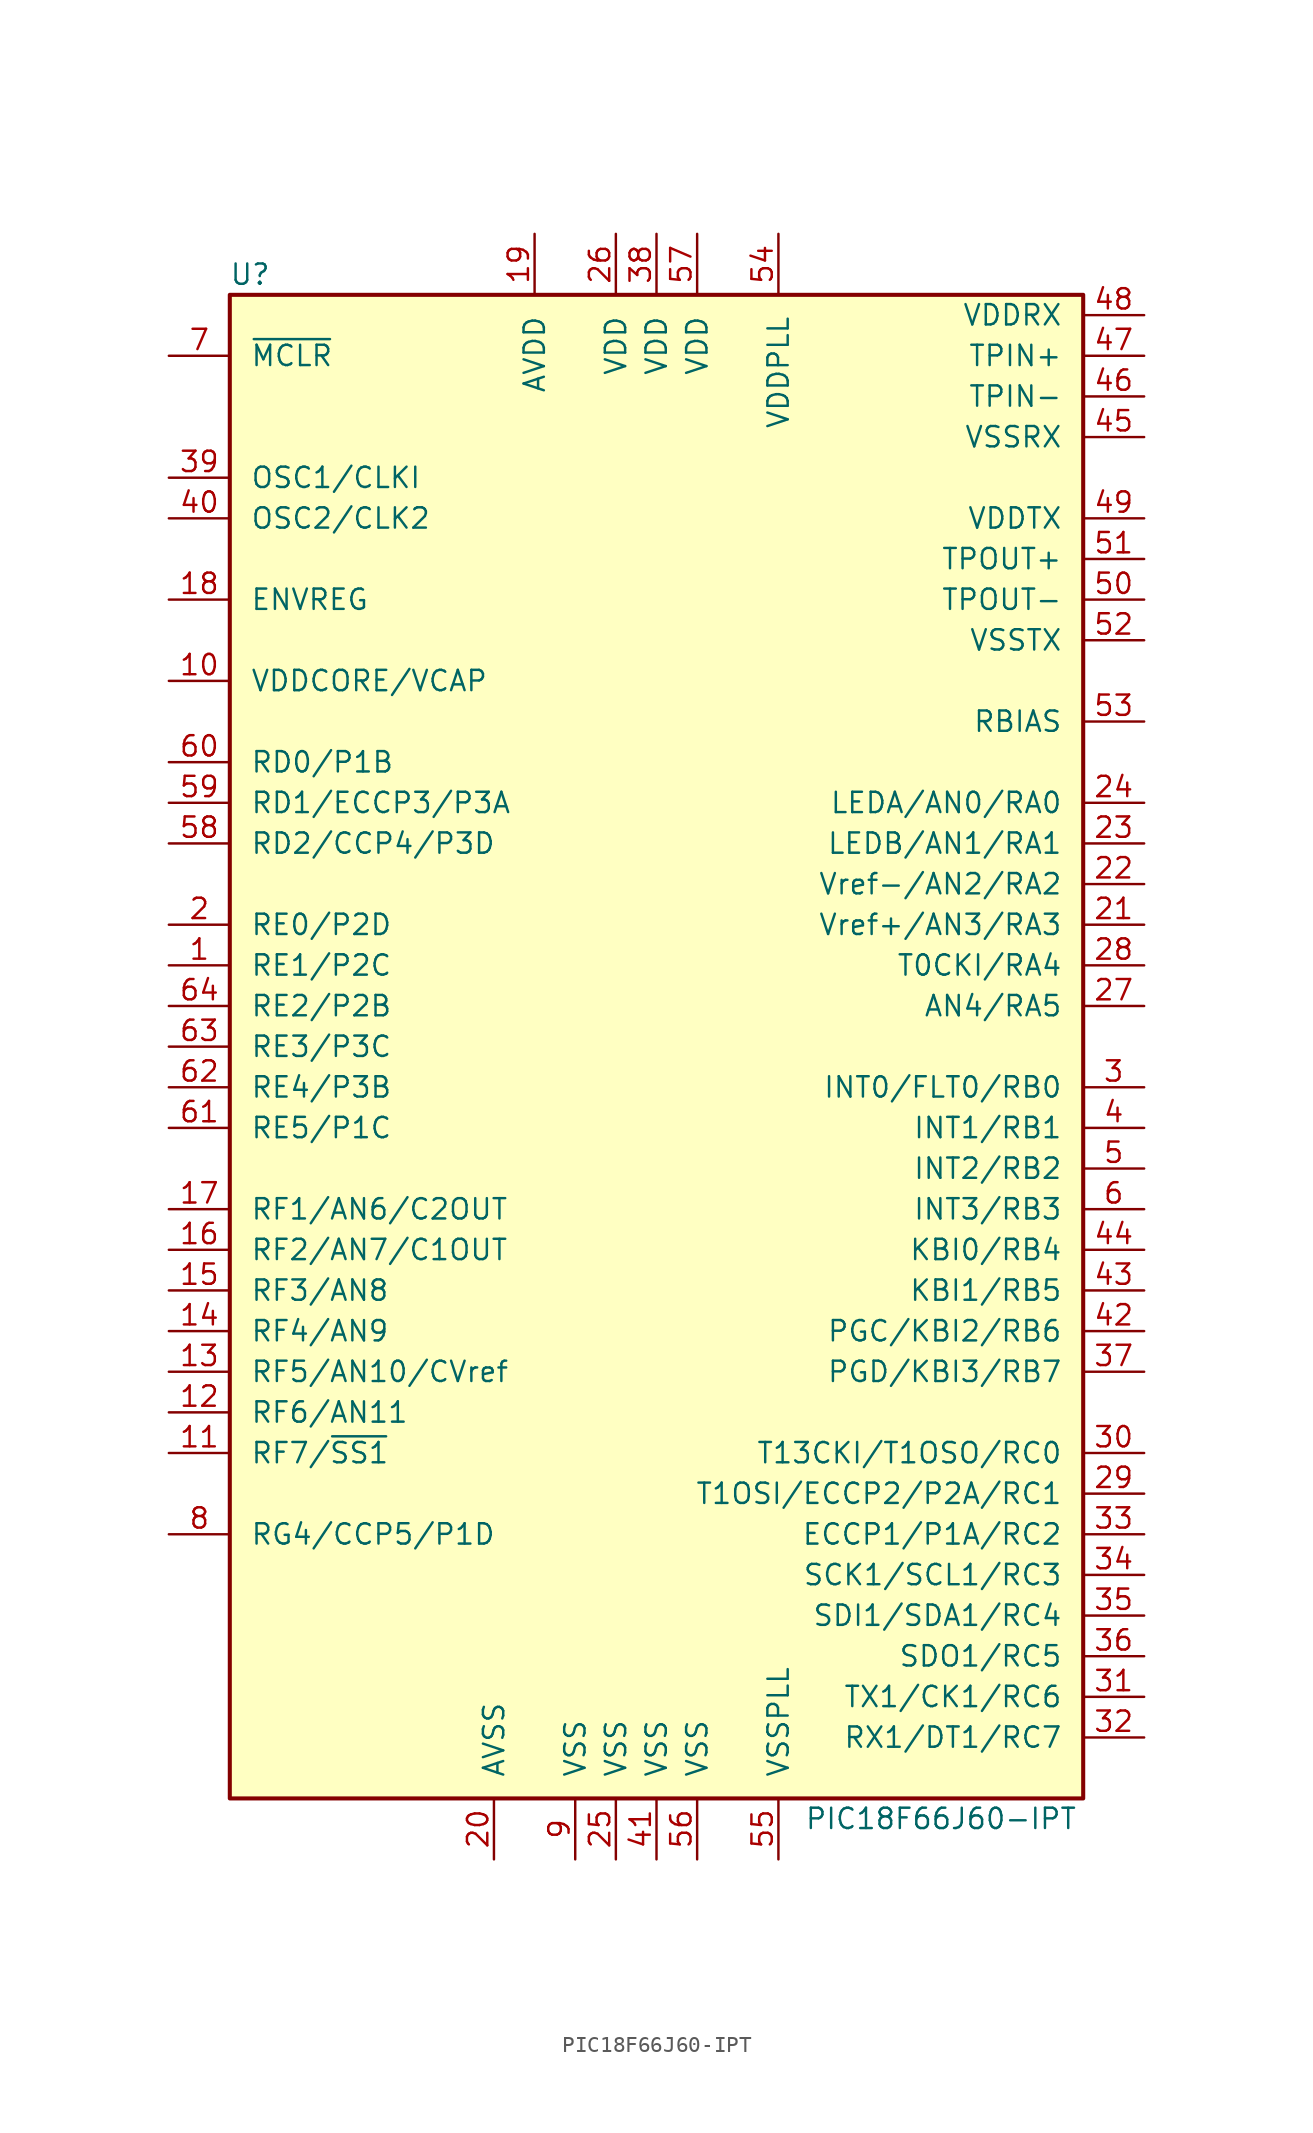
<source format=kicad_sym>
(kicad_symbol_lib
  (version 20201005)
  (generator kicad_symbol_editor)
  (symbol "MCU_Microchip_PIC18:PIC18F66J60-IPT"
    (pin_names
      (offset 1.27))
    (property "Reference" "U"
      (at -25.4 48.26 0)
      (effects (font (size 1.27 1.27))))
    (property "Value" "PIC18F66J60-IPT"
      (at 17.78 -48.26 0)
      (effects (font (size 1.27 1.27))))
    (symbol "PIC18F66J60-IPT_0_1"
      (rectangle (start -26.67 46.99) (end 26.67 -46.99) (stroke (width 0.254)) (fill (type background))))
    (symbol "PIC18F66J60-IPT_1_1"
      (pin bidirectional line (at -30.48 5.08 0) (length 3.81) (name "RE1/P2C" (effects (font (size 1.27 1.27)))) (number "1" (effects (font (size 1.27 1.27)))))
      (pin passive line (at -30.48 22.86 0) (length 3.81) (name "VDDCORE/VCAP" (effects (font (size 1.27 1.27)))) (number "10" (effects (font (size 1.27 1.27)))))
      (pin bidirectional line (at -30.48 -25.4 0) (length 3.81) (name "RF7/~SS1~" (effects (font (size 1.27 1.27)))) (number "11" (effects (font (size 1.27 1.27)))))
      (pin bidirectional line (at -30.48 -22.86 0) (length 3.81) (name "RF6/AN11" (effects (font (size 1.27 1.27)))) (number "12" (effects (font (size 1.27 1.27)))))
      (pin bidirectional line (at -30.48 -20.32 0) (length 3.81) (name "RF5/AN10/CVref" (effects (font (size 1.27 1.27)))) (number "13" (effects (font (size 1.27 1.27)))))
      (pin bidirectional line (at -30.48 -17.78 0) (length 3.81) (name "RF4/AN9" (effects (font (size 1.27 1.27)))) (number "14" (effects (font (size 1.27 1.27)))))
      (pin bidirectional line (at -30.48 -15.24 0) (length 3.81) (name "RF3/AN8" (effects (font (size 1.27 1.27)))) (number "15" (effects (font (size 1.27 1.27)))))
      (pin bidirectional line (at -30.48 -12.7 0) (length 3.81) (name "RF2/AN7/C1OUT" (effects (font (size 1.27 1.27)))) (number "16" (effects (font (size 1.27 1.27)))))
      (pin bidirectional line (at -30.48 -10.16 0) (length 3.81) (name "RF1/AN6/C2OUT" (effects (font (size 1.27 1.27)))) (number "17" (effects (font (size 1.27 1.27)))))
      (pin passive line (at -30.48 27.94 0) (length 3.81) (name "ENVREG" (effects (font (size 1.27 1.27)))) (number "18" (effects (font (size 1.27 1.27)))))
      (pin power_in line (at -7.62 50.8 270) (length 3.81) (name "AVDD" (effects (font (size 1.27 1.27)))) (number "19" (effects (font (size 1.27 1.27)))))
      (pin bidirectional line (at -30.48 7.62 0) (length 3.81) (name "RE0/P2D" (effects (font (size 1.27 1.27)))) (number "2" (effects (font (size 1.27 1.27)))))
      (pin power_in line (at -10.16 -50.8 90) (length 3.81) (name "AVSS" (effects (font (size 1.27 1.27)))) (number "20" (effects (font (size 1.27 1.27)))))
      (pin bidirectional line (at 30.48 7.62 180) (length 3.81) (name "Vref+/AN3/RA3" (effects (font (size 1.27 1.27)))) (number "21" (effects (font (size 1.27 1.27)))))
      (pin bidirectional line (at 30.48 10.16 180) (length 3.81) (name "Vref-/AN2/RA2" (effects (font (size 1.27 1.27)))) (number "22" (effects (font (size 1.27 1.27)))))
      (pin bidirectional line (at 30.48 12.7 180) (length 3.81) (name "LEDB/AN1/RA1" (effects (font (size 1.27 1.27)))) (number "23" (effects (font (size 1.27 1.27)))))
      (pin bidirectional line (at 30.48 15.24 180) (length 3.81) (name "LEDA/AN0/RA0" (effects (font (size 1.27 1.27)))) (number "24" (effects (font (size 1.27 1.27)))))
      (pin power_in line (at -2.54 -50.8 90) (length 3.81) (name "VSS" (effects (font (size 1.27 1.27)))) (number "25" (effects (font (size 1.27 1.27)))))
      (pin power_in line (at -2.54 50.8 270) (length 3.81) (name "VDD" (effects (font (size 1.27 1.27)))) (number "26" (effects (font (size 1.27 1.27)))))
      (pin bidirectional line (at 30.48 2.54 180) (length 3.81) (name "AN4/RA5" (effects (font (size 1.27 1.27)))) (number "27" (effects (font (size 1.27 1.27)))))
      (pin bidirectional line (at 30.48 5.08 180) (length 3.81) (name "T0CKI/RA4" (effects (font (size 1.27 1.27)))) (number "28" (effects (font (size 1.27 1.27)))))
      (pin bidirectional line (at 30.48 -27.94 180) (length 3.81) (name "T1OSI/ECCP2/P2A/RC1" (effects (font (size 1.27 1.27)))) (number "29" (effects (font (size 1.27 1.27)))))
      (pin bidirectional line (at 30.48 -2.54 180) (length 3.81) (name "INT0/FLT0/RB0" (effects (font (size 1.27 1.27)))) (number "3" (effects (font (size 1.27 1.27)))))
      (pin bidirectional line (at 30.48 -25.4 180) (length 3.81) (name "T13CKI/T1OSO/RC0" (effects (font (size 1.27 1.27)))) (number "30" (effects (font (size 1.27 1.27)))))
      (pin bidirectional line (at 30.48 -40.64 180) (length 3.81) (name "TX1/CK1/RC6" (effects (font (size 1.27 1.27)))) (number "31" (effects (font (size 1.27 1.27)))))
      (pin bidirectional line (at 30.48 -43.18 180) (length 3.81) (name "RX1/DT1/RC7" (effects (font (size 1.27 1.27)))) (number "32" (effects (font (size 1.27 1.27)))))
      (pin bidirectional line (at 30.48 -30.48 180) (length 3.81) (name "ECCP1/P1A/RC2" (effects (font (size 1.27 1.27)))) (number "33" (effects (font (size 1.27 1.27)))))
      (pin bidirectional line (at 30.48 -33.02 180) (length 3.81) (name "SCK1/SCL1/RC3" (effects (font (size 1.27 1.27)))) (number "34" (effects (font (size 1.27 1.27)))))
      (pin bidirectional line (at 30.48 -35.56 180) (length 3.81) (name "SDI1/SDA1/RC4" (effects (font (size 1.27 1.27)))) (number "35" (effects (font (size 1.27 1.27)))))
      (pin bidirectional line (at 30.48 -38.1 180) (length 3.81) (name "SDO1/RC5" (effects (font (size 1.27 1.27)))) (number "36" (effects (font (size 1.27 1.27)))))
      (pin bidirectional line (at 30.48 -20.32 180) (length 3.81) (name "PGD/KBI3/RB7" (effects (font (size 1.27 1.27)))) (number "37" (effects (font (size 1.27 1.27)))))
      (pin power_in line (at 0 50.8 270) (length 3.81) (name "VDD" (effects (font (size 1.27 1.27)))) (number "38" (effects (font (size 1.27 1.27)))))
      (pin input line (at -30.48 35.56 0) (length 3.81) (name "OSC1/CLKI" (effects (font (size 1.27 1.27)))) (number "39" (effects (font (size 1.27 1.27)))))
      (pin bidirectional line (at 30.48 -5.08 180) (length 3.81) (name "INT1/RB1" (effects (font (size 1.27 1.27)))) (number "4" (effects (font (size 1.27 1.27)))))
      (pin output line (at -30.48 33.02 0) (length 3.81) (name "OSC2/CLK2" (effects (font (size 1.27 1.27)))) (number "40" (effects (font (size 1.27 1.27)))))
      (pin power_in line (at 0 -50.8 90) (length 3.81) (name "VSS" (effects (font (size 1.27 1.27)))) (number "41" (effects (font (size 1.27 1.27)))))
      (pin bidirectional line (at 30.48 -17.78 180) (length 3.81) (name "PGC/KBI2/RB6" (effects (font (size 1.27 1.27)))) (number "42" (effects (font (size 1.27 1.27)))))
      (pin bidirectional line (at 30.48 -15.24 180) (length 3.81) (name "KBI1/RB5" (effects (font (size 1.27 1.27)))) (number "43" (effects (font (size 1.27 1.27)))))
      (pin bidirectional line (at 30.48 -12.7 180) (length 3.81) (name "KBI0/RB4" (effects (font (size 1.27 1.27)))) (number "44" (effects (font (size 1.27 1.27)))))
      (pin power_in line (at 30.48 38.1 180) (length 3.81) (name "VSSRX" (effects (font (size 1.27 1.27)))) (number "45" (effects (font (size 1.27 1.27)))))
      (pin passive line (at 30.48 40.64 180) (length 3.81) (name "TPIN-" (effects (font (size 1.27 1.27)))) (number "46" (effects (font (size 1.27 1.27)))))
      (pin passive line (at 30.48 43.18 180) (length 3.81) (name "TPIN+" (effects (font (size 1.27 1.27)))) (number "47" (effects (font (size 1.27 1.27)))))
      (pin power_in line (at 30.48 45.72 180) (length 3.81) (name "VDDRX" (effects (font (size 1.27 1.27)))) (number "48" (effects (font (size 1.27 1.27)))))
      (pin power_in line (at 30.48 33.02 180) (length 3.81) (name "VDDTX" (effects (font (size 1.27 1.27)))) (number "49" (effects (font (size 1.27 1.27)))))
      (pin bidirectional line (at 30.48 -7.62 180) (length 3.81) (name "INT2/RB2" (effects (font (size 1.27 1.27)))) (number "5" (effects (font (size 1.27 1.27)))))
      (pin passive line (at 30.48 27.94 180) (length 3.81) (name "TPOUT-" (effects (font (size 1.27 1.27)))) (number "50" (effects (font (size 1.27 1.27)))))
      (pin passive line (at 30.48 30.48 180) (length 3.81) (name "TPOUT+" (effects (font (size 1.27 1.27)))) (number "51" (effects (font (size 1.27 1.27)))))
      (pin power_in line (at 30.48 25.4 180) (length 3.81) (name "VSSTX" (effects (font (size 1.27 1.27)))) (number "52" (effects (font (size 1.27 1.27)))))
      (pin passive line (at 30.48 20.32 180) (length 3.81) (name "RBIAS" (effects (font (size 1.27 1.27)))) (number "53" (effects (font (size 1.27 1.27)))))
      (pin power_in line (at 7.62 50.8 270) (length 3.81) (name "VDDPLL" (effects (font (size 1.27 1.27)))) (number "54" (effects (font (size 1.27 1.27)))))
      (pin power_in line (at 7.62 -50.8 90) (length 3.81) (name "VSSPLL" (effects (font (size 1.27 1.27)))) (number "55" (effects (font (size 1.27 1.27)))))
      (pin power_in line (at 2.54 -50.8 90) (length 3.81) (name "VSS" (effects (font (size 1.27 1.27)))) (number "56" (effects (font (size 1.27 1.27)))))
      (pin power_in line (at 2.54 50.8 270) (length 3.81) (name "VDD" (effects (font (size 1.27 1.27)))) (number "57" (effects (font (size 1.27 1.27)))))
      (pin bidirectional line (at -30.48 12.7 0) (length 3.81) (name "RD2/CCP4/P3D" (effects (font (size 1.27 1.27)))) (number "58" (effects (font (size 1.27 1.27)))))
      (pin bidirectional line (at -30.48 15.24 0) (length 3.81) (name "RD1/ECCP3/P3A" (effects (font (size 1.27 1.27)))) (number "59" (effects (font (size 1.27 1.27)))))
      (pin bidirectional line (at 30.48 -10.16 180) (length 3.81) (name "INT3/RB3" (effects (font (size 1.27 1.27)))) (number "6" (effects (font (size 1.27 1.27)))))
      (pin bidirectional line (at -30.48 17.78 0) (length 3.81) (name "RD0/P1B" (effects (font (size 1.27 1.27)))) (number "60" (effects (font (size 1.27 1.27)))))
      (pin bidirectional line (at -30.48 -5.08 0) (length 3.81) (name "RE5/P1C" (effects (font (size 1.27 1.27)))) (number "61" (effects (font (size 1.27 1.27)))))
      (pin bidirectional line (at -30.48 -2.54 0) (length 3.81) (name "RE4/P3B" (effects (font (size 1.27 1.27)))) (number "62" (effects (font (size 1.27 1.27)))))
      (pin bidirectional line (at -30.48 0 0) (length 3.81) (name "RE3/P3C" (effects (font (size 1.27 1.27)))) (number "63" (effects (font (size 1.27 1.27)))))
      (pin bidirectional line (at -30.48 2.54 0) (length 3.81) (name "RE2/P2B" (effects (font (size 1.27 1.27)))) (number "64" (effects (font (size 1.27 1.27)))))
      (pin input line (at -30.48 43.18 0) (length 3.81) (name "~MCLR~" (effects (font (size 1.27 1.27)))) (number "7" (effects (font (size 1.27 1.27)))))
      (pin bidirectional line (at -30.48 -30.48 0) (length 3.81) (name "RG4/CCP5/P1D" (effects (font (size 1.27 1.27)))) (number "8" (effects (font (size 1.27 1.27)))))
      (pin power_in line (at -5.08 -50.8 90) (length 3.81) (name "VSS" (effects (font (size 1.27 1.27)))) (number "9" (effects (font (size 1.27 1.27))))))))
</source>
